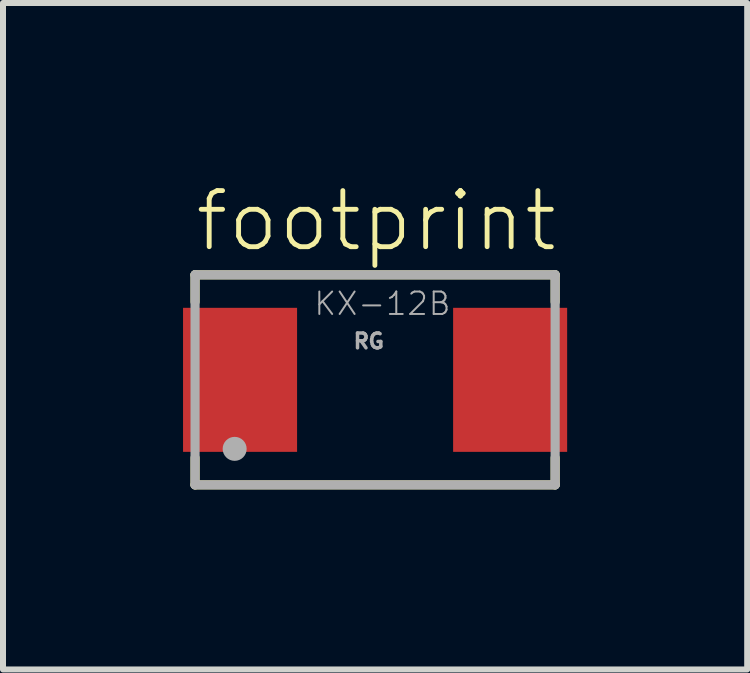
<source format=kicad_pcb>
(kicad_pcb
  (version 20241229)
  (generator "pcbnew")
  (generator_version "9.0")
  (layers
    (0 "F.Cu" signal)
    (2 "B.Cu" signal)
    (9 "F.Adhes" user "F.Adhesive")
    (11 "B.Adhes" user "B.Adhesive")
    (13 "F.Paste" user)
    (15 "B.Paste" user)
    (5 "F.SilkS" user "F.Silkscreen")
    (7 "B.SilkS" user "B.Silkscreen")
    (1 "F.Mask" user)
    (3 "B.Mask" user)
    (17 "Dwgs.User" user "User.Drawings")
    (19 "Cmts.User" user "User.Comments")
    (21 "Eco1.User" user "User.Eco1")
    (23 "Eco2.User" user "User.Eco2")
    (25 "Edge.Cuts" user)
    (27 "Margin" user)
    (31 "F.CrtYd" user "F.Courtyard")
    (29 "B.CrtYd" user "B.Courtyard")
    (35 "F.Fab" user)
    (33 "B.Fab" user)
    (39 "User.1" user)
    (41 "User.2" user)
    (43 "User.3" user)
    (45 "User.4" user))
  (footprint "footprint"
    (layer "F.Cu")
    (at 3.2 3.279)
    (property "Reference" "footprint" (at -3.04 -2.1 0) (layer "F.SilkS") (effects (font (size 0.935 0.935) (thickness 0.081)) (justify left bottom)))
    (fp_line (start -3 -1.75) (end -3 -1.3) (stroke (width 0.152) (type solid)) (layer "F.SilkS"))
    (fp_line (start -3 -1.75) (end 3 -1.75) (stroke (width 0.152) (type solid)) (layer "F.SilkS"))
    (fp_line (start -3 1.75) (end -3 1.3) (stroke (width 0.152) (type solid)) (layer "F.SilkS"))
    (fp_line (start 3 -1.75) (end 3 -1.3) (stroke (width 0.152) (type solid)) (layer "F.SilkS"))
    (fp_line (start 3 1.75) (end -3 1.75) (stroke (width 0.152) (type solid)) (layer "F.SilkS"))
    (fp_line (start 3 1.75) (end 3 1.3) (stroke (width 0.152) (type solid)) (layer "F.SilkS"))
    (fp_line (start -3 -1.75) (end -3 1.75) (stroke (width 0.152) (type solid)) (layer "F.Fab"))
    (fp_line (start -3 1.75) (end 3 1.75) (stroke (width 0.152) (type solid)) (layer "F.Fab"))
    (fp_line (start 3 -1.75) (end -3 -1.75) (stroke (width 0.152) (type solid)) (layer "F.Fab"))
    (fp_line (start 3 1.75) (end 3 -1.75) (stroke (width 0.152) (type solid)) (layer "F.Fab"))
    (fp_circle (center -2.34 1.15) (end -2.24 1.15) (stroke (width 0.2) (type solid)) (fill no) (layer "F.Fab"))
    (fp_text user "KX-12B" (at -1.04 -1.05 0) (layer "F.Fab") (effects (font (size 0.374 0.374) (thickness 0.033)) (justify left bottom)))
    (fp_text user "RG" (at -0.39 -0.5 0) (layer "F.Fab") (effects (font (size 0.247 0.247) (thickness 0.058)) (justify left bottom)))
    (pad "1" smd rect (at -2.25 0) (size 1.9 2.4) (layers "F.Cu" "F.Mask" "F.Paste"))
    (pad "2" smd rect (at 2.25 0) (size 1.9 2.4) (layers "F.Cu" "F.Mask" "F.Paste")))
  (gr_rect
    (start -3 -3)
    (end 9.4 8.105)
    (stroke (width 0.1) (type default))
    (fill no)
    (layer "Edge.Cuts")))
</source>
